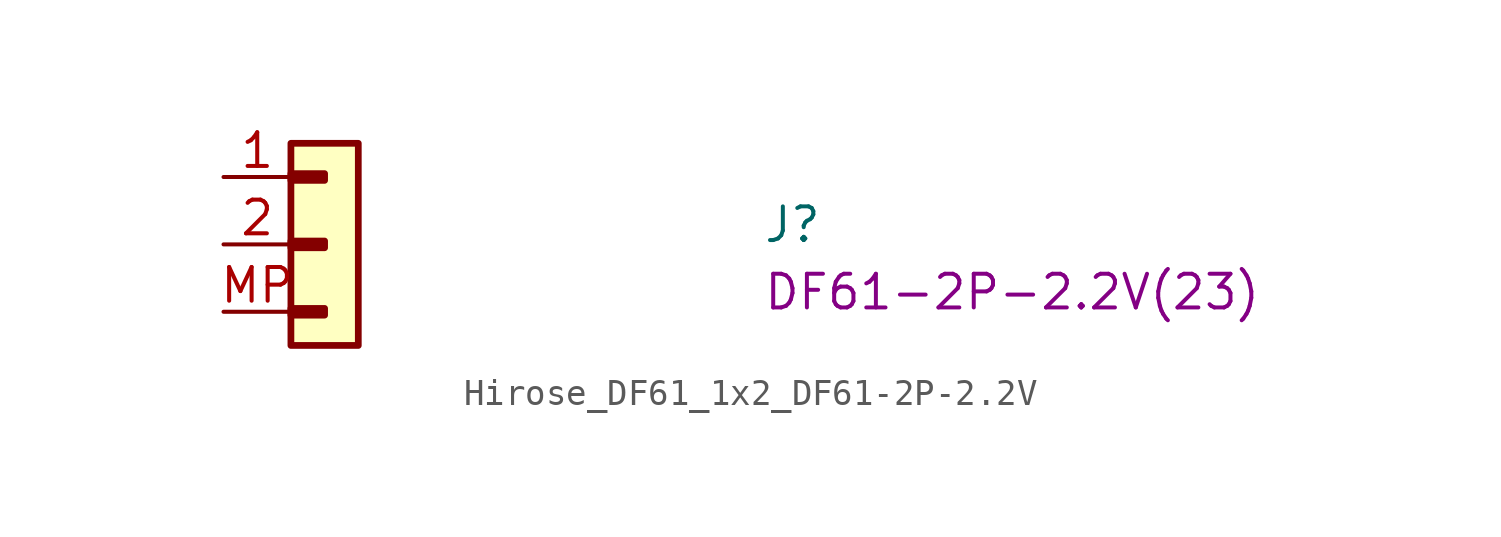
<source format=kicad_sym>
(kicad_symbol_lib
  (version 20220914)
  (generator kicad_symbol_editor)
  (symbol "Hirose_DF61_1x2_DF61-2P-2.2V"
    (pin_names hide)
    (property "Reference" "J"
      (at 20.32 -2.54 0)
      (effects (font (size 1.27 1.27) (thickness 0.15)) (justify left bottom)))
    (property "MPN" "DF61-2P-2.2V(23) "
      (at 20.32 -5.08 0)
      (effects (font (size 1.27 1.27) (thickness 0.15)) (justify left bottom)))
    (symbol "Hirose_DF61_1x2_DF61-2P-2.2V_1_1"
      (rectangle (start 2.54 -4.953) (end 3.81 -5.207) (stroke (width 0.254) (type default)) (fill (type background)))
      (rectangle (start 2.54 -2.413) (end 3.81 -2.667) (stroke (width 0.254) (type default)) (fill (type background)))
      (rectangle (start 2.54 0.127) (end 3.81 -0.127) (stroke (width 0.254) (type default)) (fill (type background)))
      (rectangle (start 2.54 1.27) (end 5.08 -6.35) (stroke (width 0.254) (type default)) (fill (type background)))
      (pin input line (at 0 0 0) (length 2.54) (name "~" (effects (font (size 1.27 1.27)))) (number "1" (effects (font (size 1.27 1.27)))))
      (pin input line (at 0 -2.54 0) (length 2.54) (name "~" (effects (font (size 1.27 1.27)))) (number "2" (effects (font (size 1.27 1.27)))))
      (pin input line (at 0 -5.08 0) (length 2.54) (name "MP" (effects (font (size 1.27 1.27)))) (number "MP" (effects (font (size 1.27 1.27))))))))
</source>
